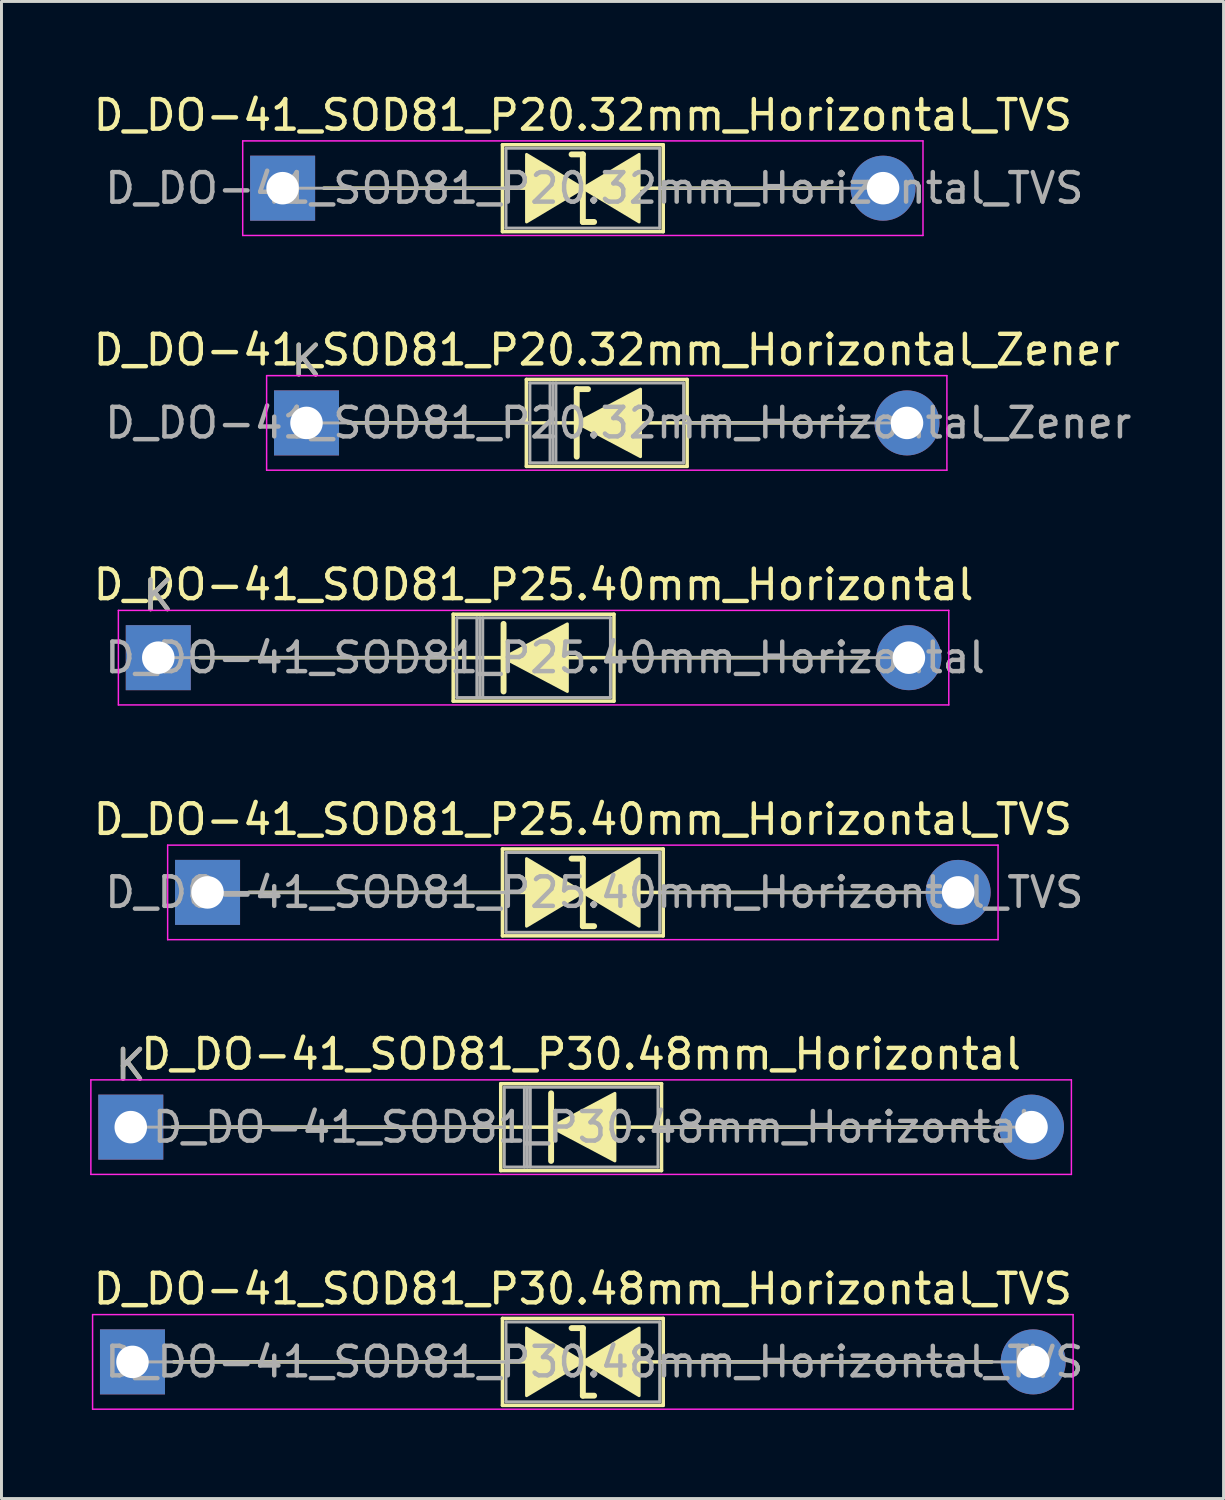
<source format=kicad_pcb>
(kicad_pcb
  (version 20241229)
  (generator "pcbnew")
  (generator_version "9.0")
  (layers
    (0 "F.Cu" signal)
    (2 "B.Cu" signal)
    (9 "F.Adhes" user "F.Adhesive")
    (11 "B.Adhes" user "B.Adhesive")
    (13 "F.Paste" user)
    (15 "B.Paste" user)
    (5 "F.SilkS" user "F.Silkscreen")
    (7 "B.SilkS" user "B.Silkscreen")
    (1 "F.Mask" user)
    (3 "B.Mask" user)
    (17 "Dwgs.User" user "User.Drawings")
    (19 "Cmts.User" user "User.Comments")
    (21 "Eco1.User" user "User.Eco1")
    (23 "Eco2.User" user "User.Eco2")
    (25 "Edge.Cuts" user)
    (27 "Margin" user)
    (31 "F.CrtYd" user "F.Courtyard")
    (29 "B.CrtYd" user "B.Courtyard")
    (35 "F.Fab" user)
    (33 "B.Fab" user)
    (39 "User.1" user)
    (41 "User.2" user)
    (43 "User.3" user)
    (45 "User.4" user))
  (footprint "D_DO-41_SOD81_P20.32mm_Horizontal_Zener"
    (layer "F.Cu")
    (at 7.322 11.261)
    (property "Reference" "D_DO-41_SOD81_P20.32mm_Horizontal_Zener" (at 10.16 -2.47 0) (layer "F.SilkS") (effects (font (size 1 1) (thickness 0.15))))
    (attr through_hole)
    (fp_line (start 1.397 0) (end 7.44 0) (stroke (width 0.12) (type solid)) (layer "F.SilkS"))
    (fp_line (start 7.44 -1.47) (end 7.44 1.47) (stroke (width 0.12) (type solid)) (layer "F.SilkS"))
    (fp_line (start 7.44 1.47) (end 12.88 1.47) (stroke (width 0.12) (type solid)) (layer "F.SilkS"))
    (fp_line (start 9.144 -1.143) (end 9.144 1.143) (stroke (width 0.2) (type solid)) (layer "F.SilkS"))
    (fp_line (start 9.144 -1.143) (end 9.525 -1.143) (stroke (width 0.2) (type solid)) (layer "F.SilkS"))
    (fp_line (start 9.144 0) (end 7.44 0) (stroke (width 0.12) (type solid)) (layer "F.SilkS"))
    (fp_line (start 11.303 0) (end 12.88 0) (stroke (width 0.12) (type solid)) (layer "F.SilkS"))
    (fp_line (start 12.88 -1.47) (end 7.44 -1.47) (stroke (width 0.12) (type solid)) (layer "F.SilkS"))
    (fp_line (start 12.88 1.47) (end 12.88 -1.47) (stroke (width 0.12) (type solid)) (layer "F.SilkS"))
    (fp_line (start 18.923 0) (end 12.88 0) (stroke (width 0.12) (type solid)) (layer "F.SilkS"))
    (fp_poly (pts (xy 11.303 1.143) (xy 9.144 0) (xy 11.303 -1.143)) (stroke (width 0.1) (type solid)) (fill yes) (layer "F.SilkS"))
    (fp_line (start -1.35 -1.6) (end -1.35 1.6) (stroke (width 0.05) (type solid)) (layer "F.CrtYd"))
    (fp_line (start -1.35 1.6) (end 21.67 1.6) (stroke (width 0.05) (type solid)) (layer "F.CrtYd"))
    (fp_line (start 21.67 -1.6) (end -1.35 -1.6) (stroke (width 0.05) (type solid)) (layer "F.CrtYd"))
    (fp_line (start 21.67 1.6) (end 21.67 -1.6) (stroke (width 0.05) (type solid)) (layer "F.CrtYd"))
    (fp_line (start 0 0) (end 7.56 0) (stroke (width 0.1) (type solid)) (layer "F.Fab"))
    (fp_line (start 7.56 -1.35) (end 7.56 1.35) (stroke (width 0.1) (type solid)) (layer "F.Fab"))
    (fp_line (start 7.56 1.35) (end 12.76 1.35) (stroke (width 0.1) (type solid)) (layer "F.Fab"))
    (fp_line (start 8.24 -1.35) (end 8.24 1.35) (stroke (width 0.1) (type solid)) (layer "F.Fab"))
    (fp_line (start 8.34 -1.35) (end 8.34 1.35) (stroke (width 0.1) (type solid)) (layer "F.Fab"))
    (fp_line (start 8.44 -1.35) (end 8.44 1.35) (stroke (width 0.1) (type solid)) (layer "F.Fab"))
    (fp_line (start 12.76 -1.35) (end 7.56 -1.35) (stroke (width 0.1) (type solid)) (layer "F.Fab"))
    (fp_line (start 12.76 1.35) (end 12.76 -1.35) (stroke (width 0.1) (type solid)) (layer "F.Fab"))
    (fp_line (start 20.32 0) (end 12.76 0) (stroke (width 0.1) (type solid)) (layer "F.Fab"))
    (fp_text user "K" (at 0 -2.1 0) (layer "F.SilkS") (effects (font (size 1 1) (thickness 0.15))))
    (fp_text user "K" (at 0 -2.1 0) (layer "F.Fab") (effects (font (size 1 1) (thickness 0.15))))
    (fp_text user "${REFERENCE}" (at 10.55 0 0) (layer "F.Fab") (effects (font (size 1 1) (thickness 0.15))))
    (pad "1" thru_hole rect (at 0 0) (size 2.2 2.2) (drill 1.1) (layers "*.Cu" "*.Mask"))
    (pad "2" thru_hole oval (at 20.32 0) (size 2.2 2.2) (drill 1.1) (layers "*.Cu" "*.Mask")))
  (footprint "D_DO-41_SOD81_P20.32mm_Horizontal_TVS"
    (layer "F.Cu")
    (at 6.513 3.318)
    (property "Reference" "D_DO-41_SOD81_P20.32mm_Horizontal_TVS" (at 10.16 -2.47 0) (layer "F.SilkS") (effects (font (size 1 1) (thickness 0.15))))
    (fp_line (start 1.397 0) (end 7.44 0) (stroke (width 0.12) (type solid)) (layer "F.SilkS"))
    (fp_line (start 7.44 -1.47) (end 7.44 1.47) (stroke (width 0.12) (type solid)) (layer "F.SilkS"))
    (fp_line (start 7.44 0) (end 8.255 0) (stroke (width 0.12) (type solid)) (layer "F.SilkS"))
    (fp_line (start 7.44 1.47) (end 12.88 1.47) (stroke (width 0.12) (type solid)) (layer "F.SilkS"))
    (fp_line (start 10.16 -1.143) (end 9.779 -1.143) (stroke (width 0.2) (type solid)) (layer "F.SilkS"))
    (fp_line (start 10.16 1.143) (end 10.16 -1.143) (stroke (width 0.2) (type solid)) (layer "F.SilkS"))
    (fp_line (start 10.541 1.143) (end 10.16 1.143) (stroke (width 0.2) (type solid)) (layer "F.SilkS"))
    (fp_line (start 12.065 0) (end 12.88 0) (stroke (width 0.12) (type solid)) (layer "F.SilkS"))
    (fp_line (start 12.88 -1.47) (end 7.44 -1.47) (stroke (width 0.12) (type solid)) (layer "F.SilkS"))
    (fp_line (start 12.88 1.47) (end 12.88 -1.47) (stroke (width 0.12) (type solid)) (layer "F.SilkS"))
    (fp_line (start 18.923 0) (end 12.88 0) (stroke (width 0.12) (type solid)) (layer "F.SilkS"))
    (fp_poly (pts (xy 10.16 0) (xy 8.255 1.143) (xy 8.255 -1.143)) (stroke (width 0.1) (type solid)) (fill yes) (layer "F.SilkS"))
    (fp_poly (pts (xy 10.16 0) (xy 12.065 -1.143) (xy 12.065 1.143)) (stroke (width 0.1) (type solid)) (fill yes) (layer "F.SilkS"))
    (fp_line (start -1.35 -1.6) (end -1.35 1.6) (stroke (width 0.05) (type solid)) (layer "F.CrtYd"))
    (fp_line (start -1.35 1.6) (end 21.67 1.6) (stroke (width 0.05) (type solid)) (layer "F.CrtYd"))
    (fp_line (start 21.67 -1.6) (end -1.35 -1.6) (stroke (width 0.05) (type solid)) (layer "F.CrtYd"))
    (fp_line (start 21.67 1.6) (end 21.67 -1.6) (stroke (width 0.05) (type solid)) (layer "F.CrtYd"))
    (fp_line (start 0 0) (end 7.56 0) (stroke (width 0.1) (type solid)) (layer "F.Fab"))
    (fp_line (start 7.56 -1.35) (end 7.56 1.35) (stroke (width 0.1) (type solid)) (layer "F.Fab"))
    (fp_line (start 7.56 1.35) (end 12.76 1.35) (stroke (width 0.1) (type solid)) (layer "F.Fab"))
    (fp_line (start 12.76 -1.35) (end 7.56 -1.35) (stroke (width 0.1) (type solid)) (layer "F.Fab"))
    (fp_line (start 12.76 1.35) (end 12.76 -1.35) (stroke (width 0.1) (type solid)) (layer "F.Fab"))
    (fp_line (start 20.32 0) (end 12.76 0) (stroke (width 0.1) (type solid)) (layer "F.Fab"))
    (fp_text user "${REFERENCE}" (at 10.55 0 0) (layer "F.Fab") (effects (font (size 1 1) (thickness 0.15))))
    (pad "1" thru_hole rect (at 0 0) (size 2.2 2.2) (drill 1.1) (layers "*.Cu" "*.Mask"))
    (pad "2" thru_hole oval (at 20.32 0) (size 2.2 2.2) (drill 1.1) (layers "*.Cu" "*.Mask")))
  (footprint "D_DO-41_SOD81_P25.40mm_Horizontal_TVS"
    (layer "F.Cu")
    (at 3.973 27.148)
    (property "Reference" "D_DO-41_SOD81_P25.40mm_Horizontal_TVS" (at 12.7 -2.47 0) (layer "F.SilkS") (effects (font (size 1 1) (thickness 0.15))))
    (fp_line (start 1.397 0) (end 9.98 0) (stroke (width 0.12) (type solid)) (layer "F.SilkS"))
    (fp_line (start 9.98 -1.47) (end 9.98 1.47) (stroke (width 0.12) (type solid)) (layer "F.SilkS"))
    (fp_line (start 9.98 0) (end 10.795 0) (stroke (width 0.12) (type solid)) (layer "F.SilkS"))
    (fp_line (start 9.98 1.47) (end 15.42 1.47) (stroke (width 0.12) (type solid)) (layer "F.SilkS"))
    (fp_line (start 12.7 -1.143) (end 12.319 -1.143) (stroke (width 0.2) (type solid)) (layer "F.SilkS"))
    (fp_line (start 12.7 1.143) (end 12.7 -1.143) (stroke (width 0.2) (type solid)) (layer "F.SilkS"))
    (fp_line (start 13.081 1.143) (end 12.7 1.143) (stroke (width 0.2) (type solid)) (layer "F.SilkS"))
    (fp_line (start 14.605 0) (end 15.42 0) (stroke (width 0.12) (type solid)) (layer "F.SilkS"))
    (fp_line (start 15.42 -1.47) (end 9.98 -1.47) (stroke (width 0.12) (type solid)) (layer "F.SilkS"))
    (fp_line (start 15.42 1.47) (end 15.42 -1.47) (stroke (width 0.12) (type solid)) (layer "F.SilkS"))
    (fp_line (start 24.003 0) (end 15.42 0) (stroke (width 0.12) (type solid)) (layer "F.SilkS"))
    (fp_poly (pts (xy 12.7 0) (xy 10.795 1.143) (xy 10.795 -1.143)) (stroke (width 0.1) (type solid)) (fill yes) (layer "F.SilkS"))
    (fp_poly (pts (xy 12.7 0) (xy 14.605 -1.143) (xy 14.605 1.143)) (stroke (width 0.1) (type solid)) (fill yes) (layer "F.SilkS"))
    (fp_line (start -1.35 -1.6) (end -1.35 1.6) (stroke (width 0.05) (type solid)) (layer "F.CrtYd"))
    (fp_line (start -1.35 1.6) (end 26.75 1.6) (stroke (width 0.05) (type solid)) (layer "F.CrtYd"))
    (fp_line (start 26.75 -1.6) (end -1.35 -1.6) (stroke (width 0.05) (type solid)) (layer "F.CrtYd"))
    (fp_line (start 26.75 1.6) (end 26.75 -1.6) (stroke (width 0.05) (type solid)) (layer "F.CrtYd"))
    (fp_line (start 0 0) (end 10.1 0) (stroke (width 0.1) (type solid)) (layer "F.Fab"))
    (fp_line (start 10.1 -1.35) (end 10.1 1.35) (stroke (width 0.1) (type solid)) (layer "F.Fab"))
    (fp_line (start 10.1 1.35) (end 15.3 1.35) (stroke (width 0.1) (type solid)) (layer "F.Fab"))
    (fp_line (start 15.3 -1.35) (end 10.1 -1.35) (stroke (width 0.1) (type solid)) (layer "F.Fab"))
    (fp_line (start 15.3 1.35) (end 15.3 -1.35) (stroke (width 0.1) (type solid)) (layer "F.Fab"))
    (fp_line (start 25.4 0) (end 15.3 0) (stroke (width 0.1) (type solid)) (layer "F.Fab"))
    (fp_text user "${REFERENCE}" (at 13.09 0 0) (layer "F.Fab") (effects (font (size 1 1) (thickness 0.15))))
    (pad "1" thru_hole rect (at 0 0) (size 2.2 2.2) (drill 1.1) (layers "*.Cu" "*.Mask"))
    (pad "2" thru_hole oval (at 25.4 0) (size 2.2 2.2) (drill 1.1) (layers "*.Cu" "*.Mask")))
  (footprint "D_DO-41_SOD81_P30.48mm_Horizontal_TVS"
    (layer "F.Cu")
    (at 1.433 43.035)
    (property "Reference" "D_DO-41_SOD81_P30.48mm_Horizontal_TVS" (at 15.24 -2.47 0) (layer "F.SilkS") (effects (font (size 1 1) (thickness 0.15))))
    (fp_line (start 1.397 0) (end 12.52 0) (stroke (width 0.12) (type solid)) (layer "F.SilkS"))
    (fp_line (start 12.52 -1.47) (end 12.52 1.47) (stroke (width 0.12) (type solid)) (layer "F.SilkS"))
    (fp_line (start 12.52 0) (end 13.335 0) (stroke (width 0.12) (type solid)) (layer "F.SilkS"))
    (fp_line (start 12.52 1.47) (end 17.96 1.47) (stroke (width 0.12) (type solid)) (layer "F.SilkS"))
    (fp_line (start 15.24 -1.143) (end 14.859 -1.143) (stroke (width 0.2) (type solid)) (layer "F.SilkS"))
    (fp_line (start 15.24 1.143) (end 15.24 -1.143) (stroke (width 0.2) (type solid)) (layer "F.SilkS"))
    (fp_line (start 15.621 1.143) (end 15.24 1.143) (stroke (width 0.2) (type solid)) (layer "F.SilkS"))
    (fp_line (start 17.145 0) (end 17.96 0) (stroke (width 0.12) (type solid)) (layer "F.SilkS"))
    (fp_line (start 17.96 -1.47) (end 12.52 -1.47) (stroke (width 0.12) (type solid)) (layer "F.SilkS"))
    (fp_line (start 17.96 1.47) (end 17.96 -1.47) (stroke (width 0.12) (type solid)) (layer "F.SilkS"))
    (fp_line (start 29.083 0) (end 17.96 0) (stroke (width 0.12) (type solid)) (layer "F.SilkS"))
    (fp_poly (pts (xy 15.24 0) (xy 13.335 1.143) (xy 13.335 -1.143)) (stroke (width 0.1) (type solid)) (fill yes) (layer "F.SilkS"))
    (fp_poly (pts (xy 15.24 0) (xy 17.145 -1.143) (xy 17.145 1.143)) (stroke (width 0.1) (type solid)) (fill yes) (layer "F.SilkS"))
    (fp_line (start -1.35 -1.6) (end -1.35 1.6) (stroke (width 0.05) (type solid)) (layer "F.CrtYd"))
    (fp_line (start -1.35 1.6) (end 31.83 1.6) (stroke (width 0.05) (type solid)) (layer "F.CrtYd"))
    (fp_line (start 31.83 -1.6) (end -1.35 -1.6) (stroke (width 0.05) (type solid)) (layer "F.CrtYd"))
    (fp_line (start 31.83 1.6) (end 31.83 -1.6) (stroke (width 0.05) (type solid)) (layer "F.CrtYd"))
    (fp_line (start 0 0) (end 12.64 0) (stroke (width 0.1) (type solid)) (layer "F.Fab"))
    (fp_line (start 12.64 -1.35) (end 12.64 1.35) (stroke (width 0.1) (type solid)) (layer "F.Fab"))
    (fp_line (start 12.64 1.35) (end 17.84 1.35) (stroke (width 0.1) (type solid)) (layer "F.Fab"))
    (fp_line (start 17.84 -1.35) (end 12.64 -1.35) (stroke (width 0.1) (type solid)) (layer "F.Fab"))
    (fp_line (start 17.84 1.35) (end 17.84 -1.35) (stroke (width 0.1) (type solid)) (layer "F.Fab"))
    (fp_line (start 30.48 0) (end 17.84 0) (stroke (width 0.1) (type solid)) (layer "F.Fab"))
    (fp_text user "${REFERENCE}" (at 15.63 0 0) (layer "F.Fab") (effects (font (size 1 1) (thickness 0.15))))
    (pad "1" thru_hole rect (at 0 0) (size 2.2 2.2) (drill 1.1) (layers "*.Cu" "*.Mask"))
    (pad "2" thru_hole oval (at 30.48 0) (size 2.2 2.2) (drill 1.1) (layers "*.Cu" "*.Mask")))
  (footprint "D_DO-41_SOD81_P30.48mm_Horizontal"
    (layer "F.Cu")
    (at 1.375 35.091)
    (property "Reference" "D_DO-41_SOD81_P30.48mm_Horizontal" (at 15.24 -2.47 0) (layer "F.SilkS") (effects (font (size 1 1) (thickness 0.15))))
    (attr through_hole)
    (fp_line (start 1.397 0) (end 12.52 0) (stroke (width 0.12) (type solid)) (layer "F.SilkS"))
    (fp_line (start 12.52 -1.47) (end 12.52 1.47) (stroke (width 0.12) (type solid)) (layer "F.SilkS"))
    (fp_line (start 12.52 1.47) (end 17.96 1.47) (stroke (width 0.12) (type solid)) (layer "F.SilkS"))
    (fp_line (start 14.224 -1.143) (end 14.224 1.143) (stroke (width 0.2) (type solid)) (layer "F.SilkS"))
    (fp_line (start 14.224 0) (end 12.52 0) (stroke (width 0.12) (type solid)) (layer "F.SilkS"))
    (fp_line (start 16.383 0) (end 17.96 0) (stroke (width 0.12) (type solid)) (layer "F.SilkS"))
    (fp_line (start 17.96 -1.47) (end 12.52 -1.47) (stroke (width 0.12) (type solid)) (layer "F.SilkS"))
    (fp_line (start 17.96 1.47) (end 17.96 -1.47) (stroke (width 0.12) (type solid)) (layer "F.SilkS"))
    (fp_line (start 29.083 0) (end 17.96 0) (stroke (width 0.12) (type solid)) (layer "F.SilkS"))
    (fp_poly (pts (xy 16.383 1.143) (xy 14.224 0) (xy 16.383 -1.143)) (stroke (width 0.1) (type solid)) (fill yes) (layer "F.SilkS"))
    (fp_line (start -1.35 -1.6) (end -1.35 1.6) (stroke (width 0.05) (type solid)) (layer "F.CrtYd"))
    (fp_line (start -1.35 1.6) (end 31.83 1.6) (stroke (width 0.05) (type solid)) (layer "F.CrtYd"))
    (fp_line (start 31.83 -1.6) (end -1.35 -1.6) (stroke (width 0.05) (type solid)) (layer "F.CrtYd"))
    (fp_line (start 31.83 1.6) (end 31.83 -1.6) (stroke (width 0.05) (type solid)) (layer "F.CrtYd"))
    (fp_line (start 0 0) (end 12.64 0) (stroke (width 0.1) (type solid)) (layer "F.Fab"))
    (fp_line (start 12.64 -1.35) (end 12.64 1.35) (stroke (width 0.1) (type solid)) (layer "F.Fab"))
    (fp_line (start 12.64 1.35) (end 17.84 1.35) (stroke (width 0.1) (type solid)) (layer "F.Fab"))
    (fp_line (start 13.32 -1.35) (end 13.32 1.35) (stroke (width 0.1) (type solid)) (layer "F.Fab"))
    (fp_line (start 13.42 -1.35) (end 13.42 1.35) (stroke (width 0.1) (type solid)) (layer "F.Fab"))
    (fp_line (start 13.52 -1.35) (end 13.52 1.35) (stroke (width 0.1) (type solid)) (layer "F.Fab"))
    (fp_line (start 17.84 -1.35) (end 12.64 -1.35) (stroke (width 0.1) (type solid)) (layer "F.Fab"))
    (fp_line (start 17.84 1.35) (end 17.84 -1.35) (stroke (width 0.1) (type solid)) (layer "F.Fab"))
    (fp_line (start 30.48 0) (end 17.84 0) (stroke (width 0.1) (type solid)) (layer "F.Fab"))
    (fp_text user "K" (at 0 -2.1 0) (layer "F.SilkS") (effects (font (size 1 1) (thickness 0.15))))
    (fp_text user "K" (at 0 -2.1 0) (layer "F.Fab") (effects (font (size 1 1) (thickness 0.15))))
    (fp_text user "${REFERENCE}" (at 15.63 0 0) (layer "F.Fab") (effects (font (size 1 1) (thickness 0.15))))
    (pad "1" thru_hole rect (at 0 0) (size 2.2 2.2) (drill 1.1) (layers "*.Cu" "*.Mask"))
    (pad "2" thru_hole oval (at 30.48 0) (size 2.2 2.2) (drill 1.1) (layers "*.Cu" "*.Mask")))
  (footprint "D_DO-41_SOD81_P25.40mm_Horizontal"
    (layer "F.Cu")
    (at 2.306 19.205)
    (property "Reference" "D_DO-41_SOD81_P25.40mm_Horizontal" (at 12.7 -2.47 0) (layer "F.SilkS") (effects (font (size 1 1) (thickness 0.15))))
    (attr through_hole)
    (fp_line (start 1.397 0) (end 9.98 0) (stroke (width 0.12) (type solid)) (layer "F.SilkS"))
    (fp_line (start 9.98 -1.47) (end 9.98 1.47) (stroke (width 0.12) (type solid)) (layer "F.SilkS"))
    (fp_line (start 9.98 1.47) (end 15.42 1.47) (stroke (width 0.12) (type solid)) (layer "F.SilkS"))
    (fp_line (start 11.684 -1.143) (end 11.684 1.143) (stroke (width 0.2) (type solid)) (layer "F.SilkS"))
    (fp_line (start 11.684 0) (end 9.98 0) (stroke (width 0.12) (type solid)) (layer "F.SilkS"))
    (fp_line (start 13.843 0) (end 15.42 0) (stroke (width 0.12) (type solid)) (layer "F.SilkS"))
    (fp_line (start 15.42 -1.47) (end 9.98 -1.47) (stroke (width 0.12) (type solid)) (layer "F.SilkS"))
    (fp_line (start 15.42 1.47) (end 15.42 -1.47) (stroke (width 0.12) (type solid)) (layer "F.SilkS"))
    (fp_line (start 24.003 0) (end 15.42 0) (stroke (width 0.12) (type solid)) (layer "F.SilkS"))
    (fp_poly (pts (xy 13.843 1.143) (xy 11.684 0) (xy 13.843 -1.143)) (stroke (width 0.1) (type solid)) (fill yes) (layer "F.SilkS"))
    (fp_line (start -1.35 -1.6) (end -1.35 1.6) (stroke (width 0.05) (type solid)) (layer "F.CrtYd"))
    (fp_line (start -1.35 1.6) (end 26.75 1.6) (stroke (width 0.05) (type solid)) (layer "F.CrtYd"))
    (fp_line (start 26.75 -1.6) (end -1.35 -1.6) (stroke (width 0.05) (type solid)) (layer "F.CrtYd"))
    (fp_line (start 26.75 1.6) (end 26.75 -1.6) (stroke (width 0.05) (type solid)) (layer "F.CrtYd"))
    (fp_line (start 0 0) (end 10.1 0) (stroke (width 0.1) (type solid)) (layer "F.Fab"))
    (fp_line (start 10.1 -1.35) (end 10.1 1.35) (stroke (width 0.1) (type solid)) (layer "F.Fab"))
    (fp_line (start 10.1 1.35) (end 15.3 1.35) (stroke (width 0.1) (type solid)) (layer "F.Fab"))
    (fp_line (start 10.78 -1.35) (end 10.78 1.35) (stroke (width 0.1) (type solid)) (layer "F.Fab"))
    (fp_line (start 10.88 -1.35) (end 10.88 1.35) (stroke (width 0.1) (type solid)) (layer "F.Fab"))
    (fp_line (start 10.98 -1.35) (end 10.98 1.35) (stroke (width 0.1) (type solid)) (layer "F.Fab"))
    (fp_line (start 15.3 -1.35) (end 10.1 -1.35) (stroke (width 0.1) (type solid)) (layer "F.Fab"))
    (fp_line (start 15.3 1.35) (end 15.3 -1.35) (stroke (width 0.1) (type solid)) (layer "F.Fab"))
    (fp_line (start 25.4 0) (end 15.3 0) (stroke (width 0.1) (type solid)) (layer "F.Fab"))
    (fp_text user "K" (at 0 -2.1 0) (layer "F.SilkS") (effects (font (size 1 1) (thickness 0.15))))
    (fp_text user "K" (at 0 -2.1 0) (layer "F.Fab") (effects (font (size 1 1) (thickness 0.15))))
    (fp_text user "${REFERENCE}" (at 13.09 0 0) (layer "F.Fab") (effects (font (size 1 1) (thickness 0.15))))
    (pad "1" thru_hole rect (at 0 0) (size 2.2 2.2) (drill 1.1) (layers "*.Cu" "*.Mask"))
    (pad "2" thru_hole oval (at 25.4 0) (size 2.2 2.2) (drill 1.1) (layers "*.Cu" "*.Mask")))
  (gr_rect
    (start -3 -3)
    (end 38.354 47.66)
    (stroke (width 0.1) (type default))
    (fill no)
    (layer "Edge.Cuts")))
</source>
